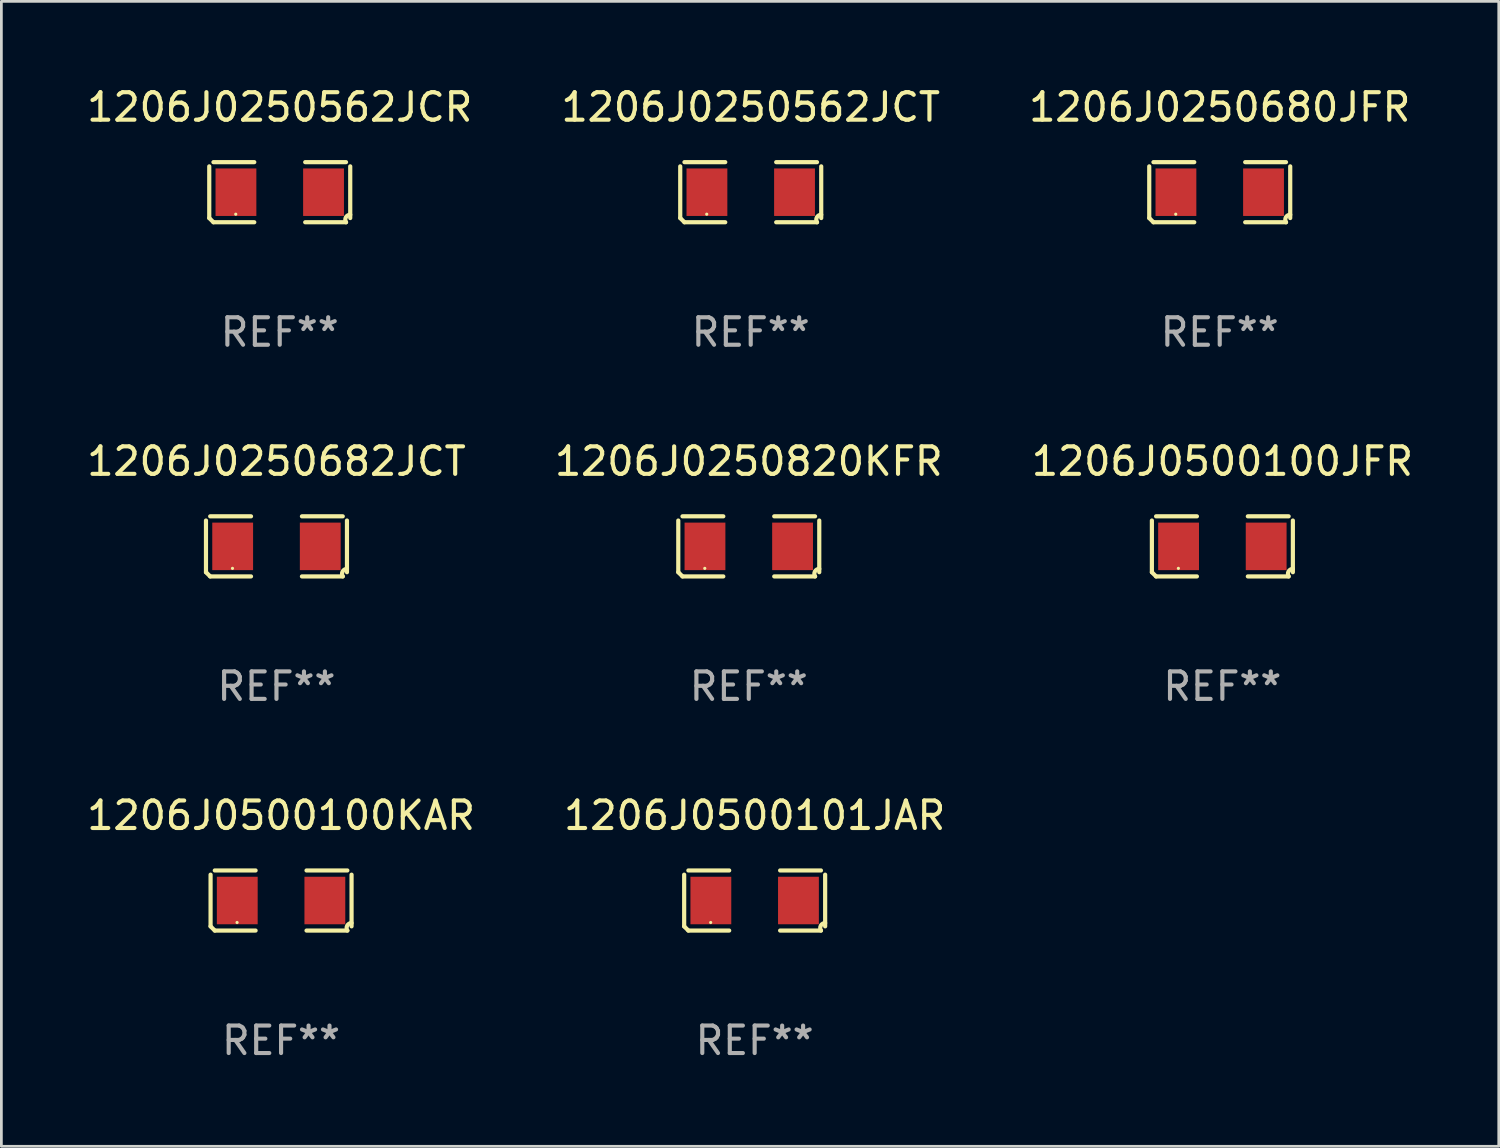
<source format=kicad_pcb>
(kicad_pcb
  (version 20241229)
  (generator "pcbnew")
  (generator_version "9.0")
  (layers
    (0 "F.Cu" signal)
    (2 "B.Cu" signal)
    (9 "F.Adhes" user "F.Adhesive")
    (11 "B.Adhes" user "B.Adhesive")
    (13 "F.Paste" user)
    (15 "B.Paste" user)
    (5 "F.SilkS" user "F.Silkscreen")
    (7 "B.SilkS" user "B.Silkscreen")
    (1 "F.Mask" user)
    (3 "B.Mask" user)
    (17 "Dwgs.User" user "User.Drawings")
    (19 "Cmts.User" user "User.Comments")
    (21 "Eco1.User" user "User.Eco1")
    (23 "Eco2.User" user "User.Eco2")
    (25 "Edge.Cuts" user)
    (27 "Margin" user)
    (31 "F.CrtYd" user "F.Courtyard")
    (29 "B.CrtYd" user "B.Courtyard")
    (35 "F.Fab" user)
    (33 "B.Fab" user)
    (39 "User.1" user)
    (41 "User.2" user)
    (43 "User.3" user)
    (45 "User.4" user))
  (footprint "1206J0250682JCT"
    (layer "F.Cu")
    (at 7.006 16.823)
    (property "Reference" "1206J0250682JCT" (at 0 -3.093 0) (layer "F.SilkS") (effects (font (size 1 1) (thickness 0.15))))
    (attr through_hole)
    (fp_line (start -2.564 0.94) (end -2.564 -0.94) (stroke (width 0.152) (type solid)) (layer "F.SilkS"))
    (fp_line (start -2.411 -1.093) (end -0.926 -1.093) (stroke (width 0.152) (type solid)) (layer "F.SilkS"))
    (fp_line (start -0.926 1.093) (end -2.411 1.093) (stroke (width 0.152) (type solid)) (layer "F.SilkS"))
    (fp_line (start 0.926 1.093) (end 2.411 1.093) (stroke (width 0.152) (type solid)) (layer "F.SilkS"))
    (fp_line (start 2.411 -1.093) (end 0.926 -1.093) (stroke (width 0.152) (type solid)) (layer "F.SilkS"))
    (fp_line (start 2.564 0.94) (end 2.564 -0.94) (stroke (width 0.152) (type solid)) (layer "F.SilkS"))
    (fp_arc (start -2.411201 1.092609) (mid -2.487413 1.01642) (end -2.563602 0.940208) (stroke (width 0.1524) (type solid)) (layer "F.SilkS"))
    (fp_arc (start 2.411201 1.092609) (mid 2.407159 0.911226) (end 2.563602 0.819347) (stroke (width 0.1524) (type solid)) (layer "F.SilkS"))
    (fp_circle (center -1.6 0.8) (end -1.57 0.8) (stroke (width 0.06) (type solid)) (fill no) (layer "F.SilkS"))
    (fp_text user "REF**" (at 0 5.093 0) (layer "F.Fab") (effects (font (size 1 1) (thickness 0.15))))
    (pad "1" smd rect (at -1.593 0) (size 1.485 1.728) (layers "F.Cu" "F.Mask" "F.Paste"))
    (pad "2" smd rect (at 1.593 0) (size 1.485 1.728) (layers "F.Cu" "F.Mask" "F.Paste")))
  (footprint "1206J0250820KFR"
    (layer "F.Cu")
    (at 24.185 16.823)
    (property "Reference" "1206J0250820KFR" (at 0 -3.093 0) (layer "F.SilkS") (effects (font (size 1 1) (thickness 0.15))))
    (attr through_hole)
    (fp_line (start -2.564 0.94) (end -2.564 -0.94) (stroke (width 0.152) (type solid)) (layer "F.SilkS"))
    (fp_line (start -2.411 -1.093) (end -0.926 -1.093) (stroke (width 0.152) (type solid)) (layer "F.SilkS"))
    (fp_line (start -0.926 1.093) (end -2.411 1.093) (stroke (width 0.152) (type solid)) (layer "F.SilkS"))
    (fp_line (start 0.926 1.093) (end 2.411 1.093) (stroke (width 0.152) (type solid)) (layer "F.SilkS"))
    (fp_line (start 2.411 -1.093) (end 0.926 -1.093) (stroke (width 0.152) (type solid)) (layer "F.SilkS"))
    (fp_line (start 2.564 0.94) (end 2.564 -0.94) (stroke (width 0.152) (type solid)) (layer "F.SilkS"))
    (fp_arc (start -2.411201 1.092609) (mid -2.487413 1.01642) (end -2.563602 0.940208) (stroke (width 0.1524) (type solid)) (layer "F.SilkS"))
    (fp_arc (start 2.411201 1.092609) (mid 2.407159 0.911226) (end 2.563602 0.819347) (stroke (width 0.1524) (type solid)) (layer "F.SilkS"))
    (fp_circle (center -1.6 0.8) (end -1.57 0.8) (stroke (width 0.06) (type solid)) (fill no) (layer "F.SilkS"))
    (fp_text user "REF**" (at 0 5.093 0) (layer "F.Fab") (effects (font (size 1 1) (thickness 0.15))))
    (pad "1" smd rect (at -1.593 0) (size 1.485 1.728) (layers "F.Cu" "F.Mask" "F.Paste"))
    (pad "2" smd rect (at 1.593 0) (size 1.485 1.728) (layers "F.Cu" "F.Mask" "F.Paste")))
  (footprint "1206J0500101JAR"
    (layer "F.Cu")
    (at 24.399 29.704)
    (property "Reference" "1206J0500101JAR" (at 0 -3.093 0) (layer "F.SilkS") (effects (font (size 1 1) (thickness 0.15))))
    (attr through_hole)
    (fp_line (start -2.564 0.94) (end -2.564 -0.94) (stroke (width 0.152) (type solid)) (layer "F.SilkS"))
    (fp_line (start -2.411 -1.093) (end -0.926 -1.093) (stroke (width 0.152) (type solid)) (layer "F.SilkS"))
    (fp_line (start -0.926 1.093) (end -2.411 1.093) (stroke (width 0.152) (type solid)) (layer "F.SilkS"))
    (fp_line (start 0.926 1.093) (end 2.411 1.093) (stroke (width 0.152) (type solid)) (layer "F.SilkS"))
    (fp_line (start 2.411 -1.093) (end 0.926 -1.093) (stroke (width 0.152) (type solid)) (layer "F.SilkS"))
    (fp_line (start 2.564 0.94) (end 2.564 -0.94) (stroke (width 0.152) (type solid)) (layer "F.SilkS"))
    (fp_arc (start -2.411201 1.092609) (mid -2.487413 1.01642) (end -2.563602 0.940208) (stroke (width 0.1524) (type solid)) (layer "F.SilkS"))
    (fp_arc (start 2.411201 1.092609) (mid 2.407159 0.911226) (end 2.563602 0.819347) (stroke (width 0.1524) (type solid)) (layer "F.SilkS"))
    (fp_circle (center -1.6 0.8) (end -1.57 0.8) (stroke (width 0.06) (type solid)) (fill no) (layer "F.SilkS"))
    (fp_text user "REF**" (at 0 5.093 0) (layer "F.Fab") (effects (font (size 1 1) (thickness 0.15))))
    (pad "1" smd rect (at -1.593 0) (size 1.485 1.728) (layers "F.Cu" "F.Mask" "F.Paste"))
    (pad "2" smd rect (at 1.593 0) (size 1.485 1.728) (layers "F.Cu" "F.Mask" "F.Paste")))
  (footprint "1206J0250680JFR"
    (layer "F.Cu")
    (at 41.315 3.941)
    (property "Reference" "1206J0250680JFR" (at 0 -3.093 0) (layer "F.SilkS") (effects (font (size 1 1) (thickness 0.15))))
    (attr through_hole)
    (fp_line (start -2.564 0.94) (end -2.564 -0.94) (stroke (width 0.152) (type solid)) (layer "F.SilkS"))
    (fp_line (start -2.411 -1.093) (end -0.926 -1.093) (stroke (width 0.152) (type solid)) (layer "F.SilkS"))
    (fp_line (start -0.926 1.093) (end -2.411 1.093) (stroke (width 0.152) (type solid)) (layer "F.SilkS"))
    (fp_line (start 0.926 1.093) (end 2.411 1.093) (stroke (width 0.152) (type solid)) (layer "F.SilkS"))
    (fp_line (start 2.411 -1.093) (end 0.926 -1.093) (stroke (width 0.152) (type solid)) (layer "F.SilkS"))
    (fp_line (start 2.564 0.94) (end 2.564 -0.94) (stroke (width 0.152) (type solid)) (layer "F.SilkS"))
    (fp_arc (start -2.411201 1.092609) (mid -2.487413 1.01642) (end -2.563602 0.940208) (stroke (width 0.1524) (type solid)) (layer "F.SilkS"))
    (fp_arc (start 2.411201 1.092609) (mid 2.407159 0.911226) (end 2.563602 0.819347) (stroke (width 0.1524) (type solid)) (layer "F.SilkS"))
    (fp_circle (center -1.6 0.8) (end -1.57 0.8) (stroke (width 0.06) (type solid)) (fill no) (layer "F.SilkS"))
    (fp_text user "REF**" (at 0 5.093 0) (layer "F.Fab") (effects (font (size 1 1) (thickness 0.15))))
    (pad "1" smd rect (at -1.593 0) (size 1.485 1.728) (layers "F.Cu" "F.Mask" "F.Paste"))
    (pad "2" smd rect (at 1.593 0) (size 1.485 1.728) (layers "F.Cu" "F.Mask" "F.Paste")))
  (footprint "1206J0500100JFR"
    (layer "F.Cu")
    (at 41.411 16.823)
    (property "Reference" "1206J0500100JFR" (at 0 -3.093 0) (layer "F.SilkS") (effects (font (size 1 1) (thickness 0.15))))
    (attr through_hole)
    (fp_line (start -2.564 0.94) (end -2.564 -0.94) (stroke (width 0.152) (type solid)) (layer "F.SilkS"))
    (fp_line (start -2.411 -1.093) (end -0.926 -1.093) (stroke (width 0.152) (type solid)) (layer "F.SilkS"))
    (fp_line (start -0.926 1.093) (end -2.411 1.093) (stroke (width 0.152) (type solid)) (layer "F.SilkS"))
    (fp_line (start 0.926 1.093) (end 2.411 1.093) (stroke (width 0.152) (type solid)) (layer "F.SilkS"))
    (fp_line (start 2.411 -1.093) (end 0.926 -1.093) (stroke (width 0.152) (type solid)) (layer "F.SilkS"))
    (fp_line (start 2.564 0.94) (end 2.564 -0.94) (stroke (width 0.152) (type solid)) (layer "F.SilkS"))
    (fp_arc (start -2.411201 1.092609) (mid -2.487413 1.01642) (end -2.563602 0.940208) (stroke (width 0.1524) (type solid)) (layer "F.SilkS"))
    (fp_arc (start 2.411201 1.092609) (mid 2.407159 0.911226) (end 2.563602 0.819347) (stroke (width 0.1524) (type solid)) (layer "F.SilkS"))
    (fp_circle (center -1.6 0.8) (end -1.57 0.8) (stroke (width 0.06) (type solid)) (fill no) (layer "F.SilkS"))
    (fp_text user "REF**" (at 0 5.093 0) (layer "F.Fab") (effects (font (size 1 1) (thickness 0.15))))
    (pad "1" smd rect (at -1.593 0) (size 1.485 1.728) (layers "F.Cu" "F.Mask" "F.Paste"))
    (pad "2" smd rect (at 1.593 0) (size 1.485 1.728) (layers "F.Cu" "F.Mask" "F.Paste")))
  (footprint "1206J0250562JCT"
    (layer "F.Cu")
    (at 24.256 3.941)
    (property "Reference" "1206J0250562JCT" (at 0 -3.093 0) (layer "F.SilkS") (effects (font (size 1 1) (thickness 0.15))))
    (attr through_hole)
    (fp_line (start -2.564 0.94) (end -2.564 -0.94) (stroke (width 0.152) (type solid)) (layer "F.SilkS"))
    (fp_line (start -2.411 -1.093) (end -0.926 -1.093) (stroke (width 0.152) (type solid)) (layer "F.SilkS"))
    (fp_line (start -0.926 1.093) (end -2.411 1.093) (stroke (width 0.152) (type solid)) (layer "F.SilkS"))
    (fp_line (start 0.926 1.093) (end 2.411 1.093) (stroke (width 0.152) (type solid)) (layer "F.SilkS"))
    (fp_line (start 2.411 -1.093) (end 0.926 -1.093) (stroke (width 0.152) (type solid)) (layer "F.SilkS"))
    (fp_line (start 2.564 0.94) (end 2.564 -0.94) (stroke (width 0.152) (type solid)) (layer "F.SilkS"))
    (fp_arc (start -2.411201 1.092609) (mid -2.487413 1.01642) (end -2.563602 0.940208) (stroke (width 0.1524) (type solid)) (layer "F.SilkS"))
    (fp_arc (start 2.411201 1.092609) (mid 2.407159 0.911226) (end 2.563602 0.819347) (stroke (width 0.1524) (type solid)) (layer "F.SilkS"))
    (fp_circle (center -1.6 0.8) (end -1.57 0.8) (stroke (width 0.06) (type solid)) (fill no) (layer "F.SilkS"))
    (fp_text user "REF**" (at 0 5.093 0) (layer "F.Fab") (effects (font (size 1 1) (thickness 0.15))))
    (pad "1" smd rect (at -1.593 0) (size 1.485 1.728) (layers "F.Cu" "F.Mask" "F.Paste"))
    (pad "2" smd rect (at 1.593 0) (size 1.485 1.728) (layers "F.Cu" "F.Mask" "F.Paste")))
  (footprint "1206J0250562JCR"
    (layer "F.Cu")
    (at 7.125 3.941)
    (property "Reference" "1206J0250562JCR" (at 0 -3.093 0) (layer "F.SilkS") (effects (font (size 1 1) (thickness 0.15))))
    (attr through_hole)
    (fp_line (start -2.564 0.94) (end -2.564 -0.94) (stroke (width 0.152) (type solid)) (layer "F.SilkS"))
    (fp_line (start -2.411 -1.093) (end -0.926 -1.093) (stroke (width 0.152) (type solid)) (layer "F.SilkS"))
    (fp_line (start -0.926 1.093) (end -2.411 1.093) (stroke (width 0.152) (type solid)) (layer "F.SilkS"))
    (fp_line (start 0.926 1.093) (end 2.411 1.093) (stroke (width 0.152) (type solid)) (layer "F.SilkS"))
    (fp_line (start 2.411 -1.093) (end 0.926 -1.093) (stroke (width 0.152) (type solid)) (layer "F.SilkS"))
    (fp_line (start 2.564 0.94) (end 2.564 -0.94) (stroke (width 0.152) (type solid)) (layer "F.SilkS"))
    (fp_arc (start -2.411201 1.092609) (mid -2.487413 1.01642) (end -2.563602 0.940208) (stroke (width 0.1524) (type solid)) (layer "F.SilkS"))
    (fp_arc (start 2.411201 1.092609) (mid 2.407159 0.911226) (end 2.563602 0.819347) (stroke (width 0.1524) (type solid)) (layer "F.SilkS"))
    (fp_circle (center -1.6 0.8) (end -1.57 0.8) (stroke (width 0.06) (type solid)) (fill no) (layer "F.SilkS"))
    (fp_text user "REF**" (at 0 5.093 0) (layer "F.Fab") (effects (font (size 1 1) (thickness 0.15))))
    (pad "1" smd rect (at -1.593 0) (size 1.485 1.728) (layers "F.Cu" "F.Mask" "F.Paste"))
    (pad "2" smd rect (at 1.593 0) (size 1.485 1.728) (layers "F.Cu" "F.Mask" "F.Paste")))
  (footprint "1206J0500100KAR"
    (layer "F.Cu")
    (at 7.173 29.704)
    (property "Reference" "1206J0500100KAR" (at 0 -3.093 0) (layer "F.SilkS") (effects (font (size 1 1) (thickness 0.15))))
    (attr through_hole)
    (fp_line (start -2.564 0.94) (end -2.564 -0.94) (stroke (width 0.152) (type solid)) (layer "F.SilkS"))
    (fp_line (start -2.411 -1.093) (end -0.926 -1.093) (stroke (width 0.152) (type solid)) (layer "F.SilkS"))
    (fp_line (start -0.926 1.093) (end -2.411 1.093) (stroke (width 0.152) (type solid)) (layer "F.SilkS"))
    (fp_line (start 0.926 1.093) (end 2.411 1.093) (stroke (width 0.152) (type solid)) (layer "F.SilkS"))
    (fp_line (start 2.411 -1.093) (end 0.926 -1.093) (stroke (width 0.152) (type solid)) (layer "F.SilkS"))
    (fp_line (start 2.564 0.94) (end 2.564 -0.94) (stroke (width 0.152) (type solid)) (layer "F.SilkS"))
    (fp_arc (start -2.411201 1.092609) (mid -2.487413 1.01642) (end -2.563602 0.940208) (stroke (width 0.1524) (type solid)) (layer "F.SilkS"))
    (fp_arc (start 2.411201 1.092609) (mid 2.407159 0.911226) (end 2.563602 0.819347) (stroke (width 0.1524) (type solid)) (layer "F.SilkS"))
    (fp_circle (center -1.6 0.8) (end -1.57 0.8) (stroke (width 0.06) (type solid)) (fill no) (layer "F.SilkS"))
    (fp_text user "REF**" (at 0 5.093 0) (layer "F.Fab") (effects (font (size 1 1) (thickness 0.15))))
    (pad "1" smd rect (at -1.593 0) (size 1.485 1.728) (layers "F.Cu" "F.Mask" "F.Paste"))
    (pad "2" smd rect (at 1.593 0) (size 1.485 1.728) (layers "F.Cu" "F.Mask" "F.Paste")))
  (gr_rect
    (start -3 -3)
    (end 51.464 38.645)
    (stroke (width 0.1) (type default))
    (fill no)
    (layer "Edge.Cuts")))
</source>
